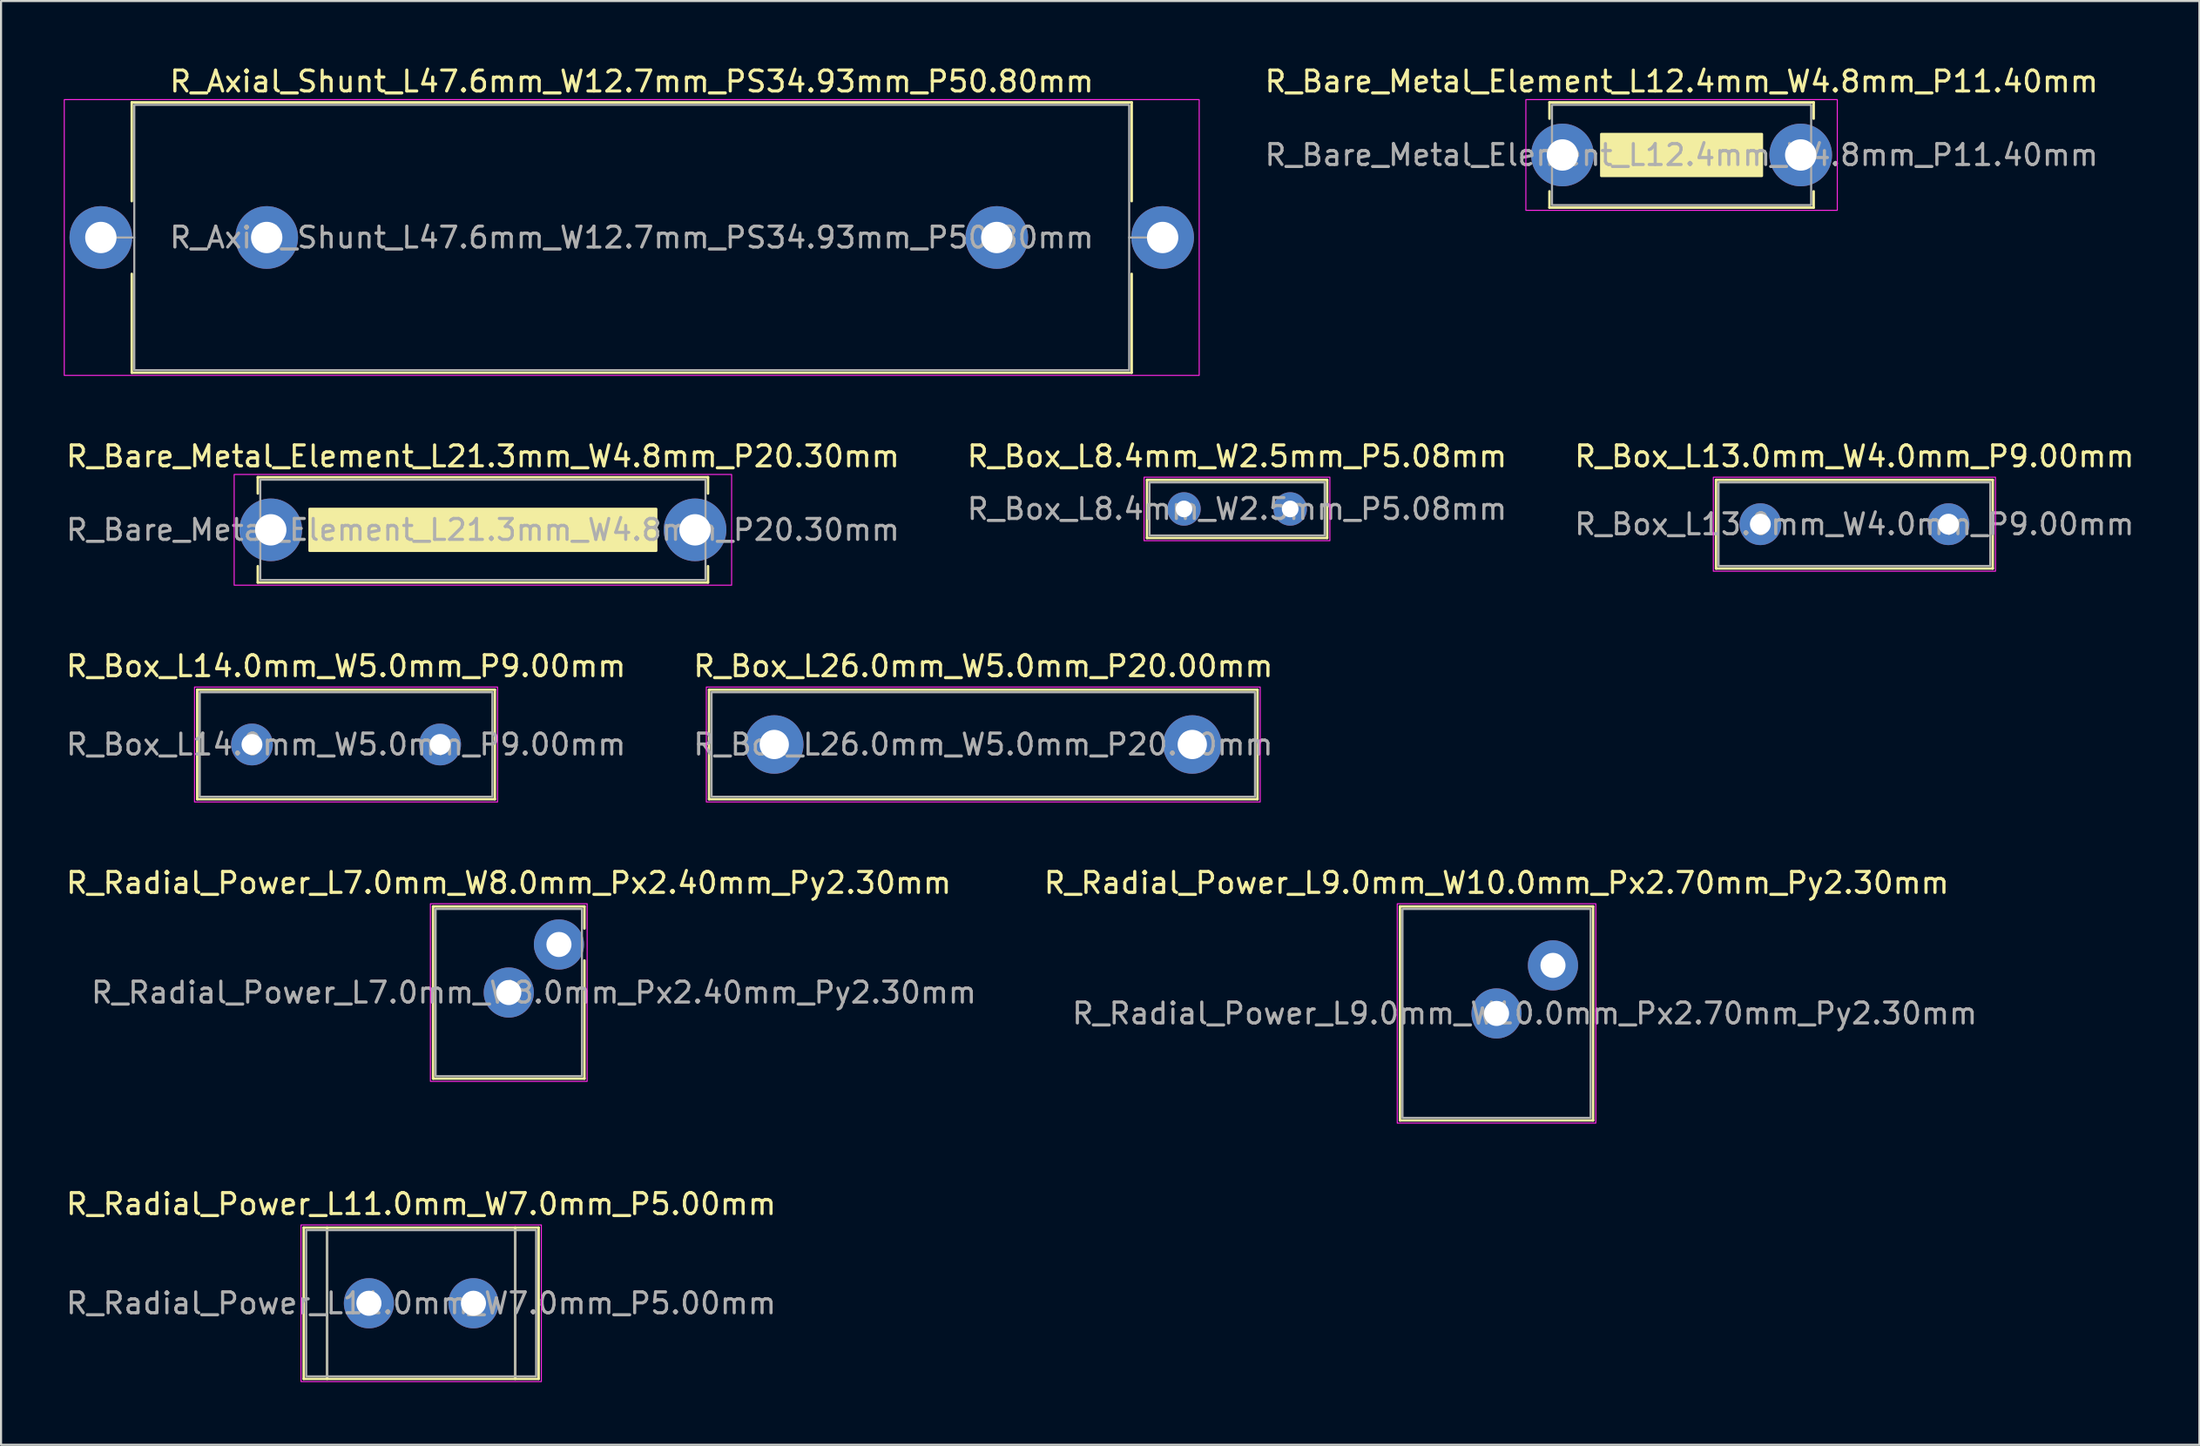
<source format=kicad_pcb>
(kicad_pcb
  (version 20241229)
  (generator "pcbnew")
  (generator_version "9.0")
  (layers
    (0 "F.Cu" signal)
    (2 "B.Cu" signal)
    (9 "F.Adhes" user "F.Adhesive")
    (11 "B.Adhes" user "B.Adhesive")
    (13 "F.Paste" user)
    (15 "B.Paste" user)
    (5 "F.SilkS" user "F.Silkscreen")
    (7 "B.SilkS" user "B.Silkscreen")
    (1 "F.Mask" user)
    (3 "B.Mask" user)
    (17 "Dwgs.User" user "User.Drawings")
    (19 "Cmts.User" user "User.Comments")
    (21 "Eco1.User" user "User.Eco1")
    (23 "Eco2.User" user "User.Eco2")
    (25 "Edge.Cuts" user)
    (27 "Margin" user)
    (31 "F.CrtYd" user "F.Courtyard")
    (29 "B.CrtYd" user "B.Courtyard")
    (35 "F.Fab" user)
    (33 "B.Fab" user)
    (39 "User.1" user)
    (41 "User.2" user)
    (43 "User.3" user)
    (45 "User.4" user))
  (footprint "R_Box_L13.0mm_W4.0mm_P9.00mm"
    (layer "F.Cu")
    (at 81.173 22.041)
    (property "Reference" "R_Box_L13.0mm_W4.0mm_P9.00mm" (at 4.5 -3.25 0) (layer "F.SilkS") (effects (font (size 1 1) (thickness 0.15))))
    (attr through_hole)
    (fp_line (start -2.12 -2.12) (end 11.12 -2.12) (stroke (width 0.12) (type solid)) (layer "F.SilkS"))
    (fp_line (start -2.12 2.12) (end -2.12 -2.12) (stroke (width 0.12) (type solid)) (layer "F.SilkS"))
    (fp_line (start 11.12 -2.12) (end 11.12 2.12) (stroke (width 0.12) (type solid)) (layer "F.SilkS"))
    (fp_line (start 11.12 2.12) (end -2.12 2.12) (stroke (width 0.12) (type solid)) (layer "F.SilkS"))
    (fp_rect (start -2.25 -2.25) (end 11.25 2.25) (stroke (width 0.05) (type solid)) (fill no) (layer "F.CrtYd"))
    (fp_rect (start -2 -2) (end 11 2) (stroke (width 0.1) (type solid)) (fill no) (layer "F.Fab"))
    (fp_text user "${REFERENCE}" (at 4.5 0 0) (layer "F.Fab") (effects (font (size 1 1) (thickness 0.15))))
    (pad "1" thru_hole circle (at 0 0) (size 2 2) (drill 1) (layers "*.Cu" "*.Mask"))
    (pad "2" thru_hole circle (at 9 0) (size 2 2) (drill 1) (layers "*.Cu" "*.Mask")))
  (footprint "R_Box_L14.0mm_W5.0mm_P9.00mm"
    (layer "F.Cu")
    (at 9.006 32.585)
    (property "Reference" "R_Box_L14.0mm_W5.0mm_P9.00mm" (at 4.5 -3.75 0) (layer "F.SilkS") (effects (font (size 1 1) (thickness 0.15))))
    (attr through_hole)
    (fp_line (start -2.62 -2.62) (end 11.62 -2.62) (stroke (width 0.12) (type solid)) (layer "F.SilkS"))
    (fp_line (start -2.62 2.62) (end -2.62 -2.62) (stroke (width 0.12) (type solid)) (layer "F.SilkS"))
    (fp_line (start 11.62 -2.62) (end 11.62 2.62) (stroke (width 0.12) (type solid)) (layer "F.SilkS"))
    (fp_line (start 11.62 2.62) (end -2.62 2.62) (stroke (width 0.12) (type solid)) (layer "F.SilkS"))
    (fp_rect (start -2.75 -2.75) (end 11.75 2.75) (stroke (width 0.05) (type solid)) (fill no) (layer "F.CrtYd"))
    (fp_rect (start -2.5 -2.5) (end 11.5 2.5) (stroke (width 0.1) (type solid)) (fill no) (layer "F.Fab"))
    (fp_text user "${REFERENCE}" (at 4.5 0 0) (layer "F.Fab") (effects (font (size 1 1) (thickness 0.15))))
    (pad "1" thru_hole circle (at 0 0) (size 2 2) (drill 1) (layers "*.Cu" "*.Mask"))
    (pad "2" thru_hole circle (at 9 0) (size 2 2) (drill 1) (layers "*.Cu" "*.Mask")))
  (footprint "R_Bare_Metal_Element_L12.4mm_W4.8mm_P11.40mm"
    (layer "F.Cu")
    (at 71.704 4.368)
    (property "Reference" "R_Bare_Metal_Element_L12.4mm_W4.8mm_P11.40mm" (at 5.7 -3.52 0) (layer "F.SilkS") (effects (font (size 1 1) (thickness 0.15))))
    (attr through_hole)
    (fp_line (start -0.62 -2.52) (end 12.02 -2.52) (stroke (width 0.12) (type solid)) (layer "F.SilkS"))
    (fp_line (start -0.62 -1.74) (end -0.62 -2.52) (stroke (width 0.12) (type solid)) (layer "F.SilkS"))
    (fp_line (start -0.62 1.74) (end -0.62 2.52) (stroke (width 0.12) (type solid)) (layer "F.SilkS"))
    (fp_line (start -0.62 2.52) (end 12.02 2.52) (stroke (width 0.12) (type solid)) (layer "F.SilkS"))
    (fp_line (start 12.02 -2.52) (end 12.02 -1.74) (stroke (width 0.12) (type solid)) (layer "F.SilkS"))
    (fp_line (start 12.02 2.52) (end 12.02 1.74) (stroke (width 0.12) (type solid)) (layer "F.SilkS"))
    (fp_rect (start 1.86 -1) (end 9.54 1) (stroke (width 0.12) (type solid)) (fill yes) (layer "F.SilkS"))
    (fp_rect (start -1.75 -2.65) (end 13.15 2.65) (stroke (width 0.05) (type solid)) (fill no) (layer "F.CrtYd"))
    (fp_rect (start -0.5 -2.4) (end 11.9 2.4) (stroke (width 0.1) (type solid)) (fill no) (layer "F.Fab"))
    (fp_text user "${REFERENCE}" (at 5.7 0 0) (layer "F.Fab") (effects (font (size 1 1) (thickness 0.15))))
    (pad "1" thru_hole circle (at 0 0) (size 3 3) (drill 1.5) (layers "*.Cu" "*.Mask"))
    (pad "2" thru_hole circle (at 11.4 0) (size 3 3) (drill 1.5) (layers "*.Cu" "*.Mask")))
  (footprint "R_Box_L8.4mm_W2.5mm_P5.08mm"
    (layer "F.Cu")
    (at 53.597 21.311)
    (property "Reference" "R_Box_L8.4mm_W2.5mm_P5.08mm" (at 2.54 -2.52 0) (layer "F.SilkS") (effects (font (size 1 1) (thickness 0.15))))
    (attr through_hole)
    (fp_line (start -1.77 -1.39) (end 6.85 -1.39) (stroke (width 0.12) (type solid)) (layer "F.SilkS"))
    (fp_line (start -1.77 1.39) (end -1.77 -1.39) (stroke (width 0.12) (type solid)) (layer "F.SilkS"))
    (fp_line (start 6.85 -1.39) (end 6.85 1.39) (stroke (width 0.12) (type solid)) (layer "F.SilkS"))
    (fp_line (start 6.85 1.39) (end -1.77 1.39) (stroke (width 0.12) (type solid)) (layer "F.SilkS"))
    (fp_rect (start -1.91 -1.52) (end 6.98 1.52) (stroke (width 0.05) (type solid)) (fill no) (layer "F.CrtYd"))
    (fp_rect (start -1.65 -1.27) (end 6.73 1.27) (stroke (width 0.1) (type solid)) (fill no) (layer "F.Fab"))
    (fp_text user "${REFERENCE}" (at 2.54 0 0) (layer "F.Fab") (effects (font (size 1 1) (thickness 0.15))))
    (pad "1" thru_hole circle (at 0 0) (size 1.6 1.6) (drill 0.8) (layers "*.Cu" "*.Mask"))
    (pad "2" thru_hole circle (at 5.08 0) (size 1.6 1.6) (drill 0.8) (layers "*.Cu" "*.Mask")))
  (footprint "R_Radial_Power_L7.0mm_W8.0mm_Px2.40mm_Py2.30mm"
    (layer "F.Cu")
    (at 21.292 44.458)
    (property "Reference" "R_Radial_Power_L7.0mm_W8.0mm_Px2.40mm_Py2.30mm" (at 0 -5.25 0) (layer "F.SilkS") (effects (font (size 1 1) (thickness 0.15))))
    (attr through_hole)
    (fp_line (start -3.62 -4.12) (end 3.62 -4.12) (stroke (width 0.12) (type solid)) (layer "F.SilkS"))
    (fp_line (start -3.62 4.12) (end -3.62 -4.12) (stroke (width 0.12) (type solid)) (layer "F.SilkS"))
    (fp_line (start 3.62 -4.12) (end 3.62 -3.065) (stroke (width 0.12) (type solid)) (layer "F.SilkS"))
    (fp_line (start 3.62 -1.535) (end 3.62 4.12) (stroke (width 0.12) (type solid)) (layer "F.SilkS"))
    (fp_line (start 3.62 4.12) (end -3.62 4.12) (stroke (width 0.12) (type solid)) (layer "F.SilkS"))
    (fp_rect (start -3.75 -4.25) (end 3.75 4.25) (stroke (width 0.05) (type solid)) (fill no) (layer "F.CrtYd"))
    (fp_rect (start -3.5 -4) (end 3.5 4) (stroke (width 0.1) (type solid)) (fill no) (layer "F.Fab"))
    (fp_text user "${REFERENCE}" (at 1.2 0 0) (layer "F.Fab") (effects (font (size 1 1) (thickness 0.15))))
    (pad "1" thru_hole circle (at 0 0) (size 2.4 2.4) (drill 1.2) (layers "*.Cu" "*.Mask"))
    (pad "2" thru_hole circle (at 2.4 -2.3) (size 2.4 2.4) (drill 1.2) (layers "*.Cu" "*.Mask")))
  (footprint "R_Box_L26.0mm_W5.0mm_P20.00mm"
    (layer "F.Cu")
    (at 33.994 32.585)
    (property "Reference" "R_Box_L26.0mm_W5.0mm_P20.00mm" (at 10 -3.75 0) (layer "F.SilkS") (effects (font (size 1 1) (thickness 0.15))))
    (attr through_hole)
    (fp_line (start -3.12 -2.62) (end 23.12 -2.62) (stroke (width 0.12) (type solid)) (layer "F.SilkS"))
    (fp_line (start -3.12 2.62) (end -3.12 -2.62) (stroke (width 0.12) (type solid)) (layer "F.SilkS"))
    (fp_line (start 23.12 -2.62) (end 23.12 2.62) (stroke (width 0.12) (type solid)) (layer "F.SilkS"))
    (fp_line (start 23.12 2.62) (end -3.12 2.62) (stroke (width 0.12) (type solid)) (layer "F.SilkS"))
    (fp_rect (start -3.25 -2.75) (end 23.25 2.75) (stroke (width 0.05) (type solid)) (fill no) (layer "F.CrtYd"))
    (fp_rect (start -3 -2.5) (end 23 2.5) (stroke (width 0.1) (type solid)) (fill no) (layer "F.Fab"))
    (fp_text user "${REFERENCE}" (at 10 0 0) (layer "F.Fab") (effects (font (size 1 1) (thickness 0.15))))
    (pad "1" thru_hole circle (at 0 0) (size 2.8 2.8) (drill 1.4) (layers "*.Cu" "*.Mask"))
    (pad "2" thru_hole circle (at 20 0) (size 2.8 2.8) (drill 1.4) (layers "*.Cu" "*.Mask")))
  (footprint "R_Axial_Shunt_L47.6mm_W12.7mm_PS34.93mm_P50.80mm"
    (layer "F.Cu")
    (at 1.775 8.318)
    (property "Reference" "R_Axial_Shunt_L47.6mm_W12.7mm_PS34.93mm_P50.80mm" (at 25.4 -7.47 0) (layer "F.SilkS") (effects (font (size 1 1) (thickness 0.15))))
    (attr through_hole)
    (fp_line (start 1.48 -6.47) (end 49.32 -6.47) (stroke (width 0.12) (type solid)) (layer "F.SilkS"))
    (fp_line (start 1.48 -1.74) (end 1.48 -6.47) (stroke (width 0.12) (type solid)) (layer "F.SilkS"))
    (fp_line (start 1.48 1.74) (end 1.48 6.47) (stroke (width 0.12) (type solid)) (layer "F.SilkS"))
    (fp_line (start 1.48 6.47) (end 49.32 6.47) (stroke (width 0.12) (type solid)) (layer "F.SilkS"))
    (fp_line (start 49.32 -6.47) (end 49.32 -1.74) (stroke (width 0.12) (type solid)) (layer "F.SilkS"))
    (fp_line (start 49.32 6.47) (end 49.32 1.74) (stroke (width 0.12) (type solid)) (layer "F.SilkS"))
    (fp_rect (start -1.75 -6.6) (end 52.55 6.6) (stroke (width 0.05) (type solid)) (fill no) (layer "F.CrtYd"))
    (fp_line (start 0 0) (end 1.6 0) (stroke (width 0.1) (type solid)) (layer "F.Fab"))
    (fp_line (start 50.8 0) (end 49.2 0) (stroke (width 0.1) (type solid)) (layer "F.Fab"))
    (fp_rect (start 1.6 -6.35) (end 49.2 6.35) (stroke (width 0.1) (type solid)) (fill no) (layer "F.Fab"))
    (fp_text user "${REFERENCE}" (at 25.4 0 0) (layer "F.Fab") (effects (font (size 1 1) (thickness 0.15))))
    (pad "1" thru_hole circle (at 0 0) (size 3 3) (drill 1.5) (layers "*.Cu" "*.Mask"))
    (pad "2" thru_hole circle (at 7.935 0) (size 3 3) (drill 1.5) (layers "*.Cu" "*.Mask"))
    (pad "3" thru_hole circle (at 42.865 0) (size 3 3) (drill 1.5) (layers "*.Cu" "*.Mask"))
    (pad "4" thru_hole circle (at 50.8 0) (size 3 3) (drill 1.5) (layers "*.Cu" "*.Mask")))
  (footprint "R_Radial_Power_L9.0mm_W10.0mm_Px2.70mm_Py2.30mm"
    (layer "F.Cu")
    (at 68.551 45.458)
    (property "Reference" "R_Radial_Power_L9.0mm_W10.0mm_Px2.70mm_Py2.30mm" (at 0 -6.25 0) (layer "F.SilkS") (effects (font (size 1 1) (thickness 0.15))))
    (attr through_hole)
    (fp_line (start -4.62 -5.12) (end 4.62 -5.12) (stroke (width 0.12) (type solid)) (layer "F.SilkS"))
    (fp_line (start -4.62 5.12) (end -4.62 -5.12) (stroke (width 0.12) (type solid)) (layer "F.SilkS"))
    (fp_line (start 4.62 -5.12) (end 4.62 5.12) (stroke (width 0.12) (type solid)) (layer "F.SilkS"))
    (fp_line (start 4.62 5.12) (end -4.62 5.12) (stroke (width 0.12) (type solid)) (layer "F.SilkS"))
    (fp_rect (start -4.75 -5.25) (end 4.75 5.25) (stroke (width 0.05) (type solid)) (fill no) (layer "F.CrtYd"))
    (fp_rect (start -4.5 -5) (end 4.5 5) (stroke (width 0.1) (type solid)) (fill no) (layer "F.Fab"))
    (fp_text user "${REFERENCE}" (at 1.35 0 0) (layer "F.Fab") (effects (font (size 1 1) (thickness 0.15))))
    (pad "1" thru_hole circle (at 0 0) (size 2.4 2.4) (drill 1.2) (layers "*.Cu" "*.Mask"))
    (pad "2" thru_hole circle (at 2.7 -2.3) (size 2.4 2.4) (drill 1.2) (layers "*.Cu" "*.Mask")))
  (footprint "R_Radial_Power_L11.0mm_W7.0mm_P5.00mm"
    (layer "F.Cu")
    (at 14.601 59.331)
    (property "Reference" "R_Radial_Power_L11.0mm_W7.0mm_P5.00mm" (at 2.5 -4.75 0) (layer "F.SilkS") (effects (font (size 1 1) (thickness 0.15))))
    (attr through_hole)
    (fp_line (start -3.12 -3.62) (end 8.12 -3.62) (stroke (width 0.12) (type solid)) (layer "F.SilkS"))
    (fp_line (start -3.12 3.62) (end -3.12 -3.62) (stroke (width 0.12) (type solid)) (layer "F.SilkS"))
    (fp_line (start -2 -3.62) (end -2 3.62) (stroke (width 0.12) (type solid)) (layer "F.SilkS"))
    (fp_line (start 7 -3.62) (end 7 3.62) (stroke (width 0.12) (type solid)) (layer "F.SilkS"))
    (fp_line (start 8.12 -3.62) (end 8.12 3.62) (stroke (width 0.12) (type solid)) (layer "F.SilkS"))
    (fp_line (start 8.12 3.62) (end -3.12 3.62) (stroke (width 0.12) (type solid)) (layer "F.SilkS"))
    (fp_rect (start -3.25 -3.75) (end 8.25 3.75) (stroke (width 0.05) (type solid)) (fill no) (layer "F.CrtYd"))
    (fp_line (start -2 -3.5) (end -2 3.5) (stroke (width 0.1) (type solid)) (layer "F.Fab"))
    (fp_line (start 7 -3.5) (end 7 3.5) (stroke (width 0.1) (type solid)) (layer "F.Fab"))
    (fp_rect (start -3 -3.5) (end 8 3.5) (stroke (width 0.1) (type solid)) (fill no) (layer "F.Fab"))
    (fp_text user "${REFERENCE}" (at 2.5 0 0) (layer "F.Fab") (effects (font (size 1 1) (thickness 0.15))))
    (pad "1" thru_hole circle (at 0 0) (size 2.4 2.4) (drill 1.2) (layers "*.Cu" "*.Mask"))
    (pad "2" thru_hole circle (at 5 0) (size 2.4 2.4) (drill 1.2) (layers "*.Cu" "*.Mask")))
  (footprint "R_Bare_Metal_Element_L21.3mm_W4.8mm_P20.30mm"
    (layer "F.Cu")
    (at 9.904 22.311)
    (property "Reference" "R_Bare_Metal_Element_L21.3mm_W4.8mm_P20.30mm" (at 10.15 -3.52 0) (layer "F.SilkS") (effects (font (size 1 1) (thickness 0.15))))
    (attr through_hole)
    (fp_line (start -0.62 -2.52) (end 20.92 -2.52) (stroke (width 0.12) (type solid)) (layer "F.SilkS"))
    (fp_line (start -0.62 -1.74) (end -0.62 -2.52) (stroke (width 0.12) (type solid)) (layer "F.SilkS"))
    (fp_line (start -0.62 1.74) (end -0.62 2.52) (stroke (width 0.12) (type solid)) (layer "F.SilkS"))
    (fp_line (start -0.62 2.52) (end 20.92 2.52) (stroke (width 0.12) (type solid)) (layer "F.SilkS"))
    (fp_line (start 20.92 -2.52) (end 20.92 -1.74) (stroke (width 0.12) (type solid)) (layer "F.SilkS"))
    (fp_line (start 20.92 2.52) (end 20.92 1.74) (stroke (width 0.12) (type solid)) (layer "F.SilkS"))
    (fp_rect (start 1.86 -1) (end 18.44 1) (stroke (width 0.12) (type solid)) (fill yes) (layer "F.SilkS"))
    (fp_rect (start -1.75 -2.65) (end 22.05 2.65) (stroke (width 0.05) (type solid)) (fill no) (layer "F.CrtYd"))
    (fp_rect (start -0.5 -2.4) (end 20.8 2.4) (stroke (width 0.1) (type solid)) (fill no) (layer "F.Fab"))
    (fp_text user "${REFERENCE}" (at 10.15 0 0) (layer "F.Fab") (effects (font (size 1 1) (thickness 0.15))))
    (pad "1" thru_hole circle (at 0 0) (size 3 3) (drill 1.5) (layers "*.Cu" "*.Mask"))
    (pad "2" thru_hole circle (at 20.3 0) (size 3 3) (drill 1.5) (layers "*.Cu" "*.Mask")))
  (gr_rect
    (start -3 -3)
    (end 102.179 66.106)
    (stroke (width 0.1) (type default))
    (fill no)
    (layer "Edge.Cuts")))
</source>
